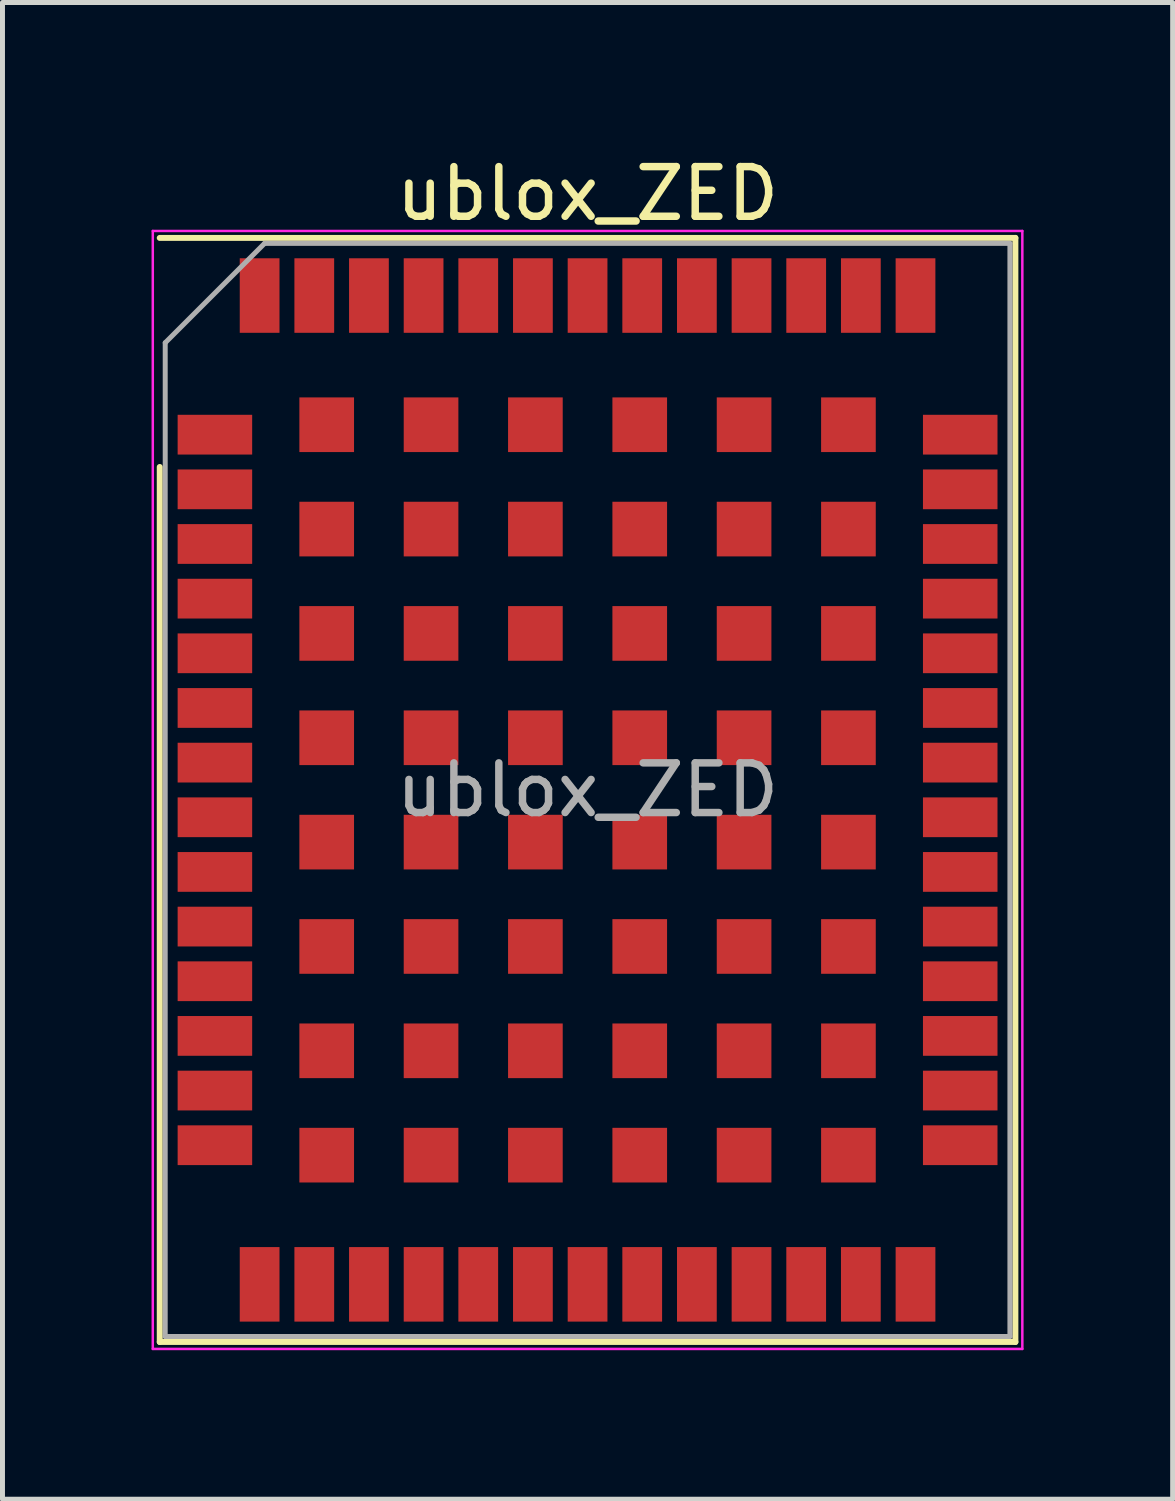
<source format=kicad_pcb>
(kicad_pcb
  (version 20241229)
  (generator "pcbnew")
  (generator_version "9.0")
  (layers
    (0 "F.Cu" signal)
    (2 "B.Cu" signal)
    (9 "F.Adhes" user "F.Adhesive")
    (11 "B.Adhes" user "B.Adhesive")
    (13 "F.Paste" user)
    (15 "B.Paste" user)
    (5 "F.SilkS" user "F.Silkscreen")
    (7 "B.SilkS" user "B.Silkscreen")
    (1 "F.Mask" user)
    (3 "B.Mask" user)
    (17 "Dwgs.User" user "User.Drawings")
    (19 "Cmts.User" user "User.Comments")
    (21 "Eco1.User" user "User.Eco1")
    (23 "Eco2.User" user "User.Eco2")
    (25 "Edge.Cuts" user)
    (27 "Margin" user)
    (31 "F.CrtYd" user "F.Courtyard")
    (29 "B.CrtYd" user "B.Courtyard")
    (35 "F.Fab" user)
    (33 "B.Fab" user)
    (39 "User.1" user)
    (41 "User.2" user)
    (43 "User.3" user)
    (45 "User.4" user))
  (footprint "ublox_ZED"
    (layer "F.Cu")
    (at 8.775 12.848)
    (property "Reference" "ublox_ZED" (at 0 -12 0) (layer "F.SilkS") (effects (font (size 1 1) (thickness 0.15))))
    (attr smd)
    (fp_line (start -8.61 -11.11) (end 8.61 -11.11) (stroke (width 0.12) (type solid)) (layer "F.SilkS"))
    (fp_line (start -8.61 -6.5) (end -8.61 11.11) (stroke (width 0.12) (type solid)) (layer "F.SilkS"))
    (fp_line (start -8.61 11.11) (end 8.61 11.11) (stroke (width 0.12) (type solid)) (layer "F.SilkS"))
    (fp_line (start 8.61 -11.11) (end 8.61 11.11) (stroke (width 0.12) (type solid)) (layer "F.SilkS"))
    (fp_line (start -8.75 -11.25) (end -8.75 11.25) (stroke (width 0.05) (type solid)) (layer "F.CrtYd"))
    (fp_line (start -8.75 -11.25) (end 8.75 -11.25) (stroke (width 0.05) (type solid)) (layer "F.CrtYd"))
    (fp_line (start -8.75 11.25) (end 8.75 11.25) (stroke (width 0.05) (type solid)) (layer "F.CrtYd"))
    (fp_line (start 8.75 -11.25) (end 8.75 11.25) (stroke (width 0.05) (type solid)) (layer "F.CrtYd"))
    (fp_line (start -8.5 -9) (end -8.5 11) (stroke (width 0.1) (type solid)) (layer "F.Fab"))
    (fp_line (start -8.5 -9) (end -6.5 -11) (stroke (width 0.1) (type solid)) (layer "F.Fab"))
    (fp_line (start -8.5 11) (end 8.5 11) (stroke (width 0.1) (type solid)) (layer "F.Fab"))
    (fp_line (start -6.5 -11) (end 8.5 -11) (stroke (width 0.1) (type solid)) (layer "F.Fab"))
    (fp_line (start 8.5 -11) (end 8.5 11) (stroke (width 0.1) (type solid)) (layer "F.Fab"))
    (fp_text user "${REFERENCE}" (at 0 0 180) (layer "F.Fab") (effects (font (size 1 1) (thickness 0.15))))
    (pad "1" smd rect (at -7.5 -7.15) (size 1.5 0.8) (layers "F.Cu" "F.Mask" "F.Paste"))
    (pad "2" smd rect (at -7.5 -6.05) (size 1.5 0.8) (layers "F.Cu" "F.Mask" "F.Paste"))
    (pad "3" smd rect (at -7.5 -4.95) (size 1.5 0.8) (layers "F.Cu" "F.Mask" "F.Paste"))
    (pad "4" smd rect (at -7.5 -3.85) (size 1.5 0.8) (layers "F.Cu" "F.Mask" "F.Paste"))
    (pad "5" smd rect (at -7.5 -2.75) (size 1.5 0.8) (layers "F.Cu" "F.Mask" "F.Paste"))
    (pad "6" smd rect (at -7.5 -1.65) (size 1.5 0.8) (layers "F.Cu" "F.Mask" "F.Paste"))
    (pad "7" smd rect (at -7.5 -0.55) (size 1.5 0.8) (layers "F.Cu" "F.Mask" "F.Paste"))
    (pad "8" smd rect (at -7.5 0.55) (size 1.5 0.8) (layers "F.Cu" "F.Mask" "F.Paste"))
    (pad "9" smd rect (at -7.5 1.65) (size 1.5 0.8) (layers "F.Cu" "F.Mask" "F.Paste"))
    (pad "10" smd rect (at -7.5 2.75) (size 1.5 0.8) (layers "F.Cu" "F.Mask" "F.Paste"))
    (pad "11" smd rect (at -7.5 3.85) (size 1.5 0.8) (layers "F.Cu" "F.Mask" "F.Paste"))
    (pad "12" smd rect (at -7.5 4.95) (size 1.5 0.8) (layers "F.Cu" "F.Mask" "F.Paste"))
    (pad "13" smd rect (at -7.5 6.05) (size 1.5 0.8) (layers "F.Cu" "F.Mask" "F.Paste"))
    (pad "14" smd rect (at -7.5 7.15) (size 1.5 0.8) (layers "F.Cu" "F.Mask" "F.Paste"))
    (pad "15" smd rect (at -6.6 9.95 90) (size 1.5 0.8) (layers "F.Cu" "F.Mask" "F.Paste"))
    (pad "16" smd rect (at -5.5 9.95 90) (size 1.5 0.8) (layers "F.Cu" "F.Mask" "F.Paste"))
    (pad "17" smd rect (at -4.4 9.95 90) (size 1.5 0.8) (layers "F.Cu" "F.Mask" "F.Paste"))
    (pad "18" smd rect (at -3.3 9.95 270) (size 1.5 0.8) (layers "F.Cu" "F.Mask" "F.Paste"))
    (pad "19" smd rect (at -2.2 9.95 90) (size 1.5 0.8) (layers "F.Cu" "F.Mask" "F.Paste"))
    (pad "20" smd rect (at -1.1 9.95 90) (size 1.5 0.8) (layers "F.Cu" "F.Mask" "F.Paste"))
    (pad "21" smd rect (at 0 9.95 90) (size 1.5 0.8) (layers "F.Cu" "F.Mask" "F.Paste"))
    (pad "22" smd rect (at 1.1 9.95 90) (size 1.5 0.8) (layers "F.Cu" "F.Mask" "F.Paste"))
    (pad "23" smd rect (at 2.2 9.95 90) (size 1.5 0.8) (layers "F.Cu" "F.Mask" "F.Paste"))
    (pad "24" smd rect (at 3.3 9.95 90) (size 1.5 0.8) (layers "F.Cu" "F.Mask" "F.Paste"))
    (pad "25" smd rect (at 4.4 9.95 90) (size 1.5 0.8) (layers "F.Cu" "F.Mask" "F.Paste"))
    (pad "26" smd rect (at 5.5 9.95 90) (size 1.5 0.8) (layers "F.Cu" "F.Mask" "F.Paste"))
    (pad "27" smd rect (at 6.6 9.95 90) (size 1.5 0.8) (layers "F.Cu" "F.Mask" "F.Paste"))
    (pad "28" smd rect (at 7.5 7.15) (size 1.5 0.8) (layers "F.Cu" "F.Mask" "F.Paste"))
    (pad "29" smd rect (at 7.5 6.05) (size 1.5 0.8) (layers "F.Cu" "F.Mask" "F.Paste"))
    (pad "30" smd rect (at 7.5 4.95) (size 1.5 0.8) (layers "F.Cu" "F.Mask" "F.Paste"))
    (pad "31" smd rect (at 7.5 3.85) (size 1.5 0.8) (layers "F.Cu" "F.Mask" "F.Paste"))
    (pad "32" smd rect (at 7.5 2.75) (size 1.5 0.8) (layers "F.Cu" "F.Mask" "F.Paste"))
    (pad "33" smd rect (at 7.5 1.65) (size 1.5 0.8) (layers "F.Cu" "F.Mask" "F.Paste"))
    (pad "34" smd rect (at 7.5 0.55) (size 1.5 0.8) (layers "F.Cu" "F.Mask" "F.Paste"))
    (pad "35" smd rect (at 7.5 -0.55) (size 1.5 0.8) (layers "F.Cu" "F.Mask" "F.Paste"))
    (pad "36" smd rect (at 7.5 -1.65) (size 1.5 0.8) (layers "F.Cu" "F.Mask" "F.Paste"))
    (pad "37" smd rect (at 7.5 -2.75) (size 1.5 0.8) (layers "F.Cu" "F.Mask" "F.Paste"))
    (pad "38" smd rect (at 7.5 -3.85) (size 1.5 0.8) (layers "F.Cu" "F.Mask" "F.Paste"))
    (pad "39" smd rect (at 7.5 -4.95) (size 1.5 0.8) (layers "F.Cu" "F.Mask" "F.Paste"))
    (pad "40" smd rect (at 7.5 -6.05) (size 1.5 0.8) (layers "F.Cu" "F.Mask" "F.Paste"))
    (pad "41" smd rect (at 7.5 -7.15) (size 1.5 0.8) (layers "F.Cu" "F.Mask" "F.Paste"))
    (pad "42" smd rect (at 6.6 -9.95 90) (size 1.5 0.8) (layers "F.Cu" "F.Mask" "F.Paste"))
    (pad "43" smd rect (at 5.5 -9.95 90) (size 1.5 0.8) (layers "F.Cu" "F.Mask" "F.Paste"))
    (pad "44" smd rect (at 4.4 -9.95 90) (size 1.5 0.8) (layers "F.Cu" "F.Mask" "F.Paste"))
    (pad "45" smd rect (at 3.3 -9.95 90) (size 1.5 0.8) (layers "F.Cu" "F.Mask" "F.Paste"))
    (pad "46" smd rect (at 2.2 -9.95 90) (size 1.5 0.8) (layers "F.Cu" "F.Mask" "F.Paste"))
    (pad "47" smd rect (at 1.1 -9.95 90) (size 1.5 0.8) (layers "F.Cu" "F.Mask" "F.Paste"))
    (pad "48" smd rect (at 0 -9.95 90) (size 1.5 0.8) (layers "F.Cu" "F.Mask" "F.Paste"))
    (pad "49" smd rect (at -1.1 -9.95 90) (size 1.5 0.8) (layers "F.Cu" "F.Mask" "F.Paste"))
    (pad "50" smd rect (at -2.2 -9.95 90) (size 1.5 0.8) (layers "F.Cu" "F.Mask" "F.Paste"))
    (pad "51" smd rect (at -3.3 -9.95 90) (size 1.5 0.8) (layers "F.Cu" "F.Mask" "F.Paste"))
    (pad "52" smd rect (at -4.4 -9.95 90) (size 1.5 0.8) (layers "F.Cu" "F.Mask" "F.Paste"))
    (pad "53" smd rect (at -5.5 -9.95 90) (size 1.5 0.8) (layers "F.Cu" "F.Mask" "F.Paste"))
    (pad "54" smd rect (at -6.6 -9.95 90) (size 1.5 0.8) (layers "F.Cu" "F.Mask" "F.Paste"))
    (pad "55" smd rect (at -5.25 -7.35) (size 1.1 1.1) (layers "F.Cu" "F.Mask" "F.Paste"))
    (pad "55" smd rect (at -5.25 -5.25) (size 1.1 1.1) (layers "F.Cu" "F.Mask" "F.Paste"))
    (pad "55" smd rect (at -5.25 -3.15) (size 1.1 1.1) (layers "F.Cu" "F.Mask" "F.Paste"))
    (pad "55" smd rect (at -5.25 -1.05) (size 1.1 1.1) (layers "F.Cu" "F.Mask" "F.Paste"))
    (pad "55" smd rect (at -5.25 1.05) (size 1.1 1.1) (layers "F.Cu" "F.Mask" "F.Paste"))
    (pad "55" smd rect (at -5.25 3.15) (size 1.1 1.1) (layers "F.Cu" "F.Mask" "F.Paste"))
    (pad "55" smd rect (at -5.25 5.25) (size 1.1 1.1) (layers "F.Cu" "F.Mask" "F.Paste"))
    (pad "55" smd rect (at -5.25 7.35) (size 1.1 1.1) (layers "F.Cu" "F.Mask" "F.Paste"))
    (pad "55" smd rect (at -3.15 -7.35) (size 1.1 1.1) (layers "F.Cu" "F.Mask" "F.Paste"))
    (pad "55" smd rect (at -3.15 -5.25) (size 1.1 1.1) (layers "F.Cu" "F.Mask" "F.Paste"))
    (pad "55" smd rect (at -3.15 -3.15) (size 1.1 1.1) (layers "F.Cu" "F.Mask" "F.Paste"))
    (pad "55" smd rect (at -3.15 -1.05) (size 1.1 1.1) (layers "F.Cu" "F.Mask" "F.Paste"))
    (pad "55" smd rect (at -3.15 1.05) (size 1.1 1.1) (layers "F.Cu" "F.Mask" "F.Paste"))
    (pad "55" smd rect (at -3.15 3.15) (size 1.1 1.1) (layers "F.Cu" "F.Mask" "F.Paste"))
    (pad "55" smd rect (at -3.15 5.25) (size 1.1 1.1) (layers "F.Cu" "F.Mask" "F.Paste"))
    (pad "55" smd rect (at -3.15 7.35) (size 1.1 1.1) (layers "F.Cu" "F.Mask" "F.Paste"))
    (pad "55" smd rect (at -1.05 -7.35) (size 1.1 1.1) (layers "F.Cu" "F.Mask" "F.Paste"))
    (pad "55" smd rect (at -1.05 -5.25) (size 1.1 1.1) (layers "F.Cu" "F.Mask" "F.Paste"))
    (pad "55" smd rect (at -1.05 -3.15) (size 1.1 1.1) (layers "F.Cu" "F.Mask" "F.Paste"))
    (pad "55" smd rect (at -1.05 -1.05) (size 1.1 1.1) (layers "F.Cu" "F.Mask" "F.Paste"))
    (pad "55" smd rect (at -1.05 1.05) (size 1.1 1.1) (layers "F.Cu" "F.Mask" "F.Paste"))
    (pad "55" smd rect (at -1.05 3.15) (size 1.1 1.1) (layers "F.Cu" "F.Mask" "F.Paste"))
    (pad "55" smd rect (at -1.05 5.25) (size 1.1 1.1) (layers "F.Cu" "F.Mask" "F.Paste"))
    (pad "55" smd rect (at -1.05 7.35) (size 1.1 1.1) (layers "F.Cu" "F.Mask" "F.Paste"))
    (pad "55" smd rect (at 1.05 -7.35) (size 1.1 1.1) (layers "F.Cu" "F.Mask" "F.Paste"))
    (pad "55" smd rect (at 1.05 -5.25) (size 1.1 1.1) (layers "F.Cu" "F.Mask" "F.Paste"))
    (pad "55" smd rect (at 1.05 -3.15) (size 1.1 1.1) (layers "F.Cu" "F.Mask" "F.Paste"))
    (pad "55" smd rect (at 1.05 -1.05) (size 1.1 1.1) (layers "F.Cu" "F.Mask" "F.Paste"))
    (pad "55" smd rect (at 1.05 1.05) (size 1.1 1.1) (layers "F.Cu" "F.Mask" "F.Paste"))
    (pad "55" smd rect (at 1.05 3.15) (size 1.1 1.1) (layers "F.Cu" "F.Mask" "F.Paste"))
    (pad "55" smd rect (at 1.05 5.25) (size 1.1 1.1) (layers "F.Cu" "F.Mask" "F.Paste"))
    (pad "55" smd rect (at 1.05 7.35) (size 1.1 1.1) (layers "F.Cu" "F.Mask" "F.Paste"))
    (pad "55" smd rect (at 3.15 -7.35) (size 1.1 1.1) (layers "F.Cu" "F.Mask" "F.Paste"))
    (pad "55" smd rect (at 3.15 -5.25) (size 1.1 1.1) (layers "F.Cu" "F.Mask" "F.Paste"))
    (pad "55" smd rect (at 3.15 -3.15) (size 1.1 1.1) (layers "F.Cu" "F.Mask" "F.Paste"))
    (pad "55" smd rect (at 3.15 -1.05) (size 1.1 1.1) (layers "F.Cu" "F.Mask" "F.Paste"))
    (pad "55" smd rect (at 3.15 1.05) (size 1.1 1.1) (layers "F.Cu" "F.Mask" "F.Paste"))
    (pad "55" smd rect (at 3.15 3.15) (size 1.1 1.1) (layers "F.Cu" "F.Mask" "F.Paste"))
    (pad "55" smd rect (at 3.15 5.25) (size 1.1 1.1) (layers "F.Cu" "F.Mask" "F.Paste"))
    (pad "55" smd rect (at 3.15 7.35) (size 1.1 1.1) (layers "F.Cu" "F.Mask" "F.Paste"))
    (pad "55" smd rect (at 5.25 -7.35) (size 1.1 1.1) (layers "F.Cu" "F.Mask" "F.Paste"))
    (pad "55" smd rect (at 5.25 -5.25) (size 1.1 1.1) (layers "F.Cu" "F.Mask" "F.Paste"))
    (pad "55" smd rect (at 5.25 -3.15) (size 1.1 1.1) (layers "F.Cu" "F.Mask" "F.Paste"))
    (pad "55" smd rect (at 5.25 -1.05) (size 1.1 1.1) (layers "F.Cu" "F.Mask" "F.Paste"))
    (pad "55" smd rect (at 5.25 1.05) (size 1.1 1.1) (layers "F.Cu" "F.Mask" "F.Paste"))
    (pad "55" smd rect (at 5.25 3.15) (size 1.1 1.1) (layers "F.Cu" "F.Mask" "F.Paste"))
    (pad "55" smd rect (at 5.25 5.25) (size 1.1 1.1) (layers "F.Cu" "F.Mask" "F.Paste"))
    (pad "55" smd rect (at 5.25 7.35) (size 1.1 1.1) (layers "F.Cu" "F.Mask" "F.Paste")))
  (gr_rect
    (start -3 -3)
    (end 20.55 27.123)
    (stroke (width 0.1) (type default))
    (fill no)
    (layer "Edge.Cuts")))
</source>
